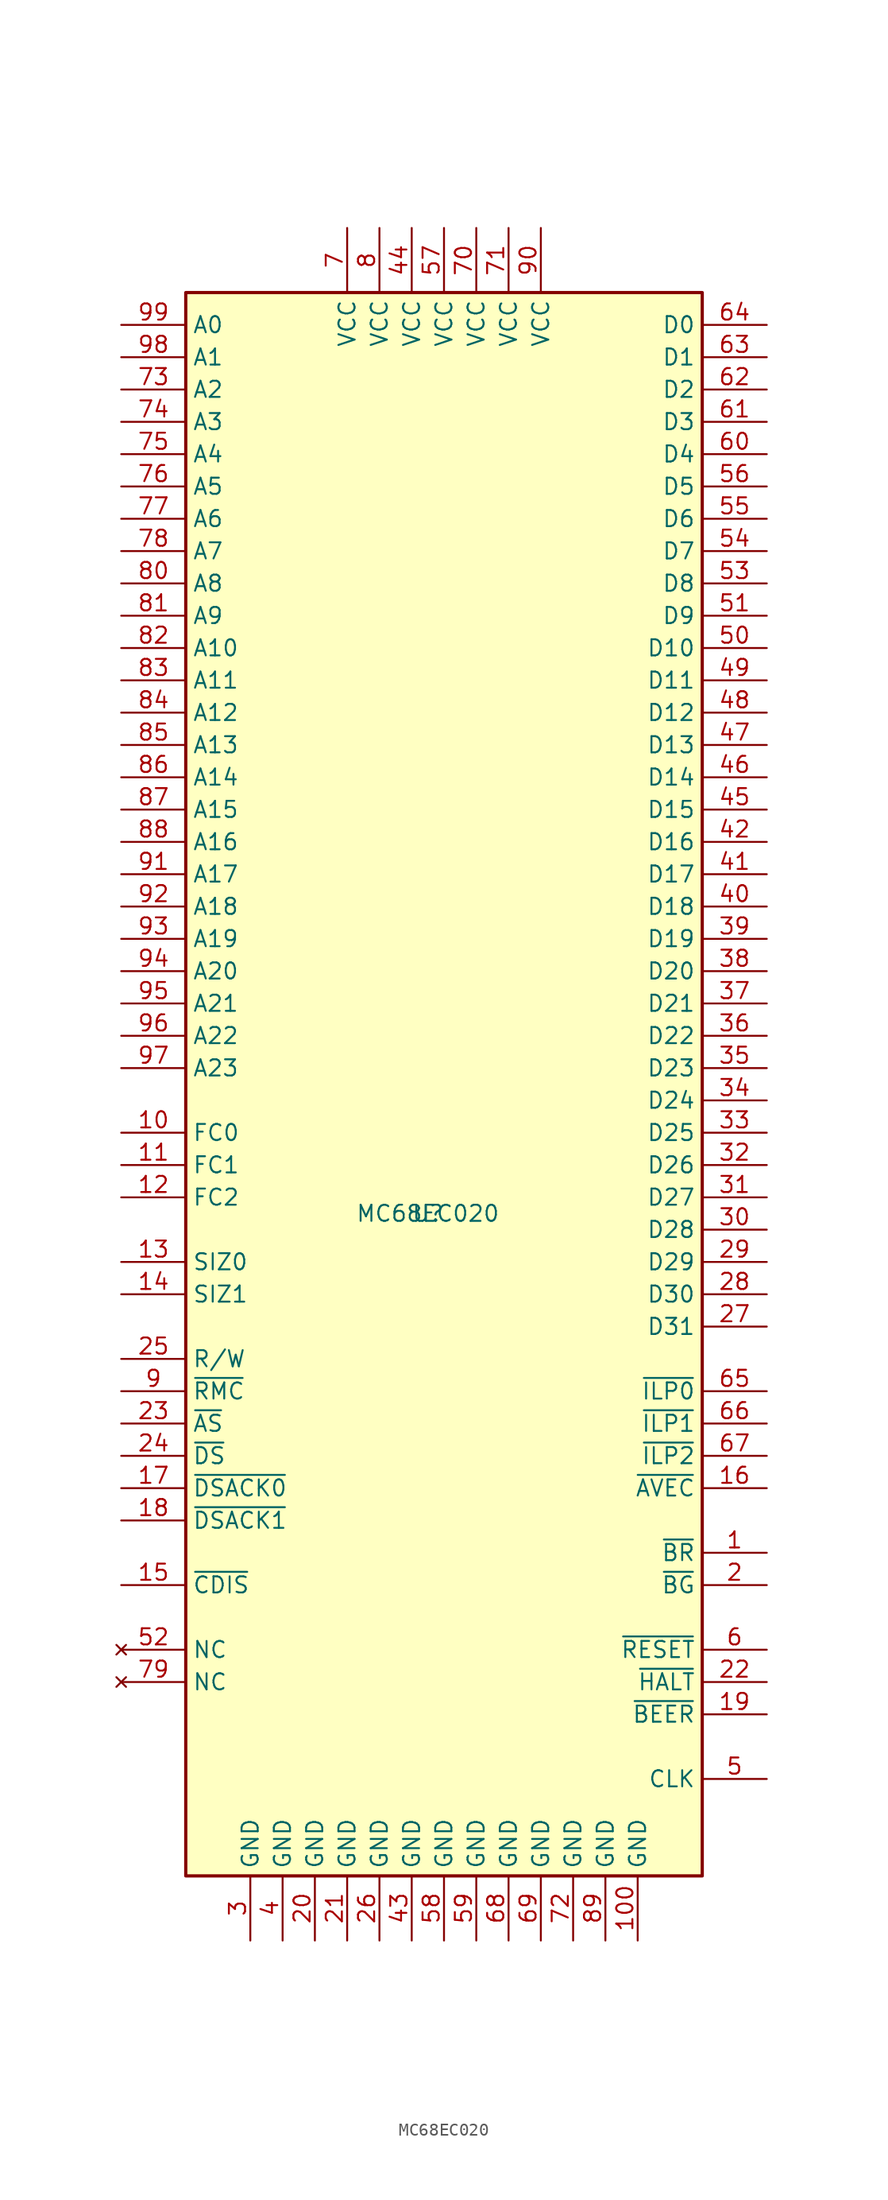
<source format=kicad_sym>
(kicad_symbol_lib
  (version 20231120)
  (generator "kicad_symbol_editor")
  (generator_version "8.0")
  (symbol "MC68EC020"
    (property "Reference" "U"
      (at 0 0 0)
      (effects (font (size 1.27 1.27))))
    (property "Value" "MC68EC020"
      (at 0 0 0)
      (effects (font (size 1.27 1.27))))
    (symbol "MC68EC020_0_1"
      (rectangle (start -19.05 72.39) (end 21.59 -52.07) (stroke (width 0.254) (type default)) (fill (type background))))
    (symbol "MC68EC020_1_1"
      (pin input line (at 26.67 -26.67 180) (length 5.08) (name "~{BR}" (effects (font (size 1.27 1.27)))) (number "1" (effects (font (size 1.27 1.27)))) (alternate "DEBUG_TRACECLK" bidirectional line) (alternate "FMC_A23" bidirectional line) (alternate "SAI1_CK1" bidirectional line) (alternate "SAI1_MCLK_A" bidirectional line) (alternate "TIM3_ETR" bidirectional line) (alternate "TSC_G7_IO1" bidirectional line))
      (pin output line (at -24.13 6.35 0) (length 5.08) (name "FC0" (effects (font (size 1.27 1.27)))) (number "10" (effects (font (size 1.27 1.27)))))
      (pin power_in line (at 16.51 -57.15 90) (length 5.08) (name "GND" (effects (font (size 1.27 1.27)))) (number "100" (effects (font (size 1.27 1.27)))))
      (pin output line (at -24.13 3.81 0) (length 5.08) (name "FC1" (effects (font (size 1.27 1.27)))) (number "11" (effects (font (size 1.27 1.27)))))
      (pin output line (at -24.13 1.27 0) (length 5.08) (name "FC2" (effects (font (size 1.27 1.27)))) (number "12" (effects (font (size 1.27 1.27)))) (alternate "RCC_OSC_IN" bidirectional line))
      (pin output line (at -24.13 -3.81 0) (length 5.08) (name "SIZ0" (effects (font (size 1.27 1.27)))) (number "13" (effects (font (size 1.27 1.27)))) (alternate "RCC_OSC_OUT" bidirectional line))
      (pin output line (at -24.13 -6.35 0) (length 5.08) (name "SIZ1" (effects (font (size 1.27 1.27)))) (number "14" (effects (font (size 1.27 1.27)))))
      (pin input line (at -24.13 -29.21 0) (length 5.08) (name "~{CDIS}" (effects (font (size 1.27 1.27)))) (number "15" (effects (font (size 1.27 1.27)))) (alternate "ADC1_IN1" bidirectional line) (alternate "ADC2_IN1" bidirectional line) (alternate "I2C3_SCL" bidirectional line) (alternate "LPTIM1_IN1" bidirectional line) (alternate "LPTIM2_IN1" bidirectional line) (alternate "LPUART1_RX" bidirectional line) (alternate "OCTOSPI1_IO7" bidirectional line) (alternate "SAI2_FS_A" bidirectional line) (alternate "SDMMC1_D5" bidirectional line))
      (pin input line (at 26.67 -21.59 180) (length 5.08) (name "~{AVEC}" (effects (font (size 1.27 1.27)))) (number "16" (effects (font (size 1.27 1.27)))) (alternate "ADC1_IN2" bidirectional line) (alternate "ADC2_IN2" bidirectional line) (alternate "DEBUG_TRACED0" bidirectional line) (alternate "I2C3_SDA" bidirectional line) (alternate "LPTIM1_OUT" bidirectional line) (alternate "LPUART1_TX" bidirectional line) (alternate "OCTOSPI1_IO4" bidirectional line) (alternate "SAI1_SD_A" bidirectional line) (alternate "SPI2_MOSI" bidirectional line))
      (pin input line (at -24.13 -21.59 0) (length 5.08) (name "~{DSACK0}" (effects (font (size 1.27 1.27)))) (number "17" (effects (font (size 1.27 1.27)))) (alternate "ADC1_IN3" bidirectional line) (alternate "ADC2_IN3" bidirectional line) (alternate "DFSDM1_CKOUT" bidirectional line) (alternate "LPTIM1_IN2" bidirectional line) (alternate "OCTOSPI1_IO5" bidirectional line) (alternate "SPI2_MISO" bidirectional line))
      (pin input line (at -24.13 -24.13 0) (length 5.08) (name "~{DSACK1}" (effects (font (size 1.27 1.27)))) (number "18" (effects (font (size 1.27 1.27)))) (alternate "ADC1_IN4" bidirectional line) (alternate "ADC2_IN4" bidirectional line) (alternate "LPTIM1_ETR" bidirectional line) (alternate "LPTIM2_ETR" bidirectional line) (alternate "LPTIM3_OUT" bidirectional line) (alternate "OCTOSPI1_IO6" bidirectional line) (alternate "SAI1_D1" bidirectional line) (alternate "SAI1_SD_A" bidirectional line) (alternate "SPI2_MOSI" bidirectional line))
      (pin input line (at 26.67 -39.37 180) (length 5.08) (name "~{BEER}" (effects (font (size 1.27 1.27)))) (number "19" (effects (font (size 1.27 1.27)))))
      (pin output line (at 26.67 -29.21 180) (length 5.08) (name "~{BG}" (effects (font (size 1.27 1.27)))) (number "2" (effects (font (size 1.27 1.27)))) (alternate "DEBUG_TRACED0" bidirectional line) (alternate "FMC_A19" bidirectional line) (alternate "OCTOSPI1_DQS" bidirectional line) (alternate "SAI1_SD_B" bidirectional line) (alternate "TIM3_CH1" bidirectional line) (alternate "TSC_G7_IO2" bidirectional line))
      (pin power_in line (at -8.89 -57.15 90) (length 5.08) (name "GND" (effects (font (size 1.27 1.27)))) (number "20" (effects (font (size 1.27 1.27)))) (alternate "VREFBUF_OUT" bidirectional line))
      (pin power_in line (at -6.35 -57.15 90) (length 5.08) (name "GND" (effects (font (size 1.27 1.27)))) (number "21" (effects (font (size 1.27 1.27)))))
      (pin bidirectional line (at 26.67 -36.83 180) (length 5.08) (name "~{HALT}" (effects (font (size 1.27 1.27)))) (number "22" (effects (font (size 1.27 1.27)))) (alternate "ADC1_IN5" bidirectional line) (alternate "ADC2_IN5" bidirectional line) (alternate "OPAMP1_VINP" bidirectional line) (alternate "PWR_WKUP1" bidirectional line) (alternate "SAI1_EXTCLK" bidirectional line) (alternate "TAMP_IN2" bidirectional line) (alternate "TAMP_OUT1" bidirectional line) (alternate "TIM2_CH1" bidirectional line) (alternate "TIM2_ETR" bidirectional line) (alternate "TIM5_CH1" bidirectional line) (alternate "TIM8_ETR" bidirectional line) (alternate "UART4_TX" bidirectional line) (alternate "USART2_CTS" bidirectional line) (alternate "USART2_NSS" bidirectional line))
      (pin output line (at -24.13 -16.51 0) (length 5.08) (name "~{AS}" (effects (font (size 1.27 1.27)))) (number "23" (effects (font (size 1.27 1.27)))) (alternate "ADC1_IN6" bidirectional line) (alternate "ADC2_IN6" bidirectional line) (alternate "I2C1_SMBA" bidirectional line) (alternate "OCTOSPI1_DQS" bidirectional line) (alternate "OPAMP1_VINM" bidirectional line) (alternate "SPI1_SCK" bidirectional line) (alternate "TAMP_IN5" bidirectional line) (alternate "TAMP_OUT4" bidirectional line) (alternate "TIM15_CH1N" bidirectional line) (alternate "TIM2_CH2" bidirectional line) (alternate "TIM5_CH2" bidirectional line) (alternate "UART4_RX" bidirectional line) (alternate "USART2_DE" bidirectional line) (alternate "USART2_RTS" bidirectional line))
      (pin output line (at -24.13 -19.05 0) (length 5.08) (name "~{DS}" (effects (font (size 1.27 1.27)))) (number "24" (effects (font (size 1.27 1.27)))) (alternate "ADC1_IN7" bidirectional line) (alternate "ADC2_IN7" bidirectional line) (alternate "COMP1_INP" bidirectional line) (alternate "LPUART1_TX" bidirectional line) (alternate "OCTOSPI1_NCS" bidirectional line) (alternate "PWR_WKUP4" bidirectional line) (alternate "RCC_LSCO" bidirectional line) (alternate "SAI2_EXTCLK" bidirectional line) (alternate "TIM15_CH1" bidirectional line) (alternate "TIM2_CH3" bidirectional line) (alternate "TIM5_CH3" bidirectional line) (alternate "UCPD1_FRSTX1" bidirectional line) (alternate "USART2_TX" bidirectional line))
      (pin output line (at -24.13 -11.43 0) (length 5.08) (name "R/W" (effects (font (size 1.27 1.27)))) (number "25" (effects (font (size 1.27 1.27)))) (alternate "ADC1_IN8" bidirectional line) (alternate "ADC2_IN8" bidirectional line) (alternate "LPUART1_RX" bidirectional line) (alternate "OCTOSPI1_CLK" bidirectional line) (alternate "OPAMP1_VOUT" bidirectional line) (alternate "SAI1_CK1" bidirectional line) (alternate "SAI1_MCLK_A" bidirectional line) (alternate "TIM15_CH2" bidirectional line) (alternate "TIM2_CH4" bidirectional line) (alternate "TIM5_CH4" bidirectional line) (alternate "USART2_RX" bidirectional line))
      (pin power_in line (at -3.81 -57.15 90) (length 5.08) (name "GND" (effects (font (size 1.27 1.27)))) (number "26" (effects (font (size 1.27 1.27)))))
      (pin bidirectional line (at 26.67 -8.89 180) (length 5.08) (name "D31" (effects (font (size 1.27 1.27)))) (number "27" (effects (font (size 1.27 1.27)))))
      (pin bidirectional line (at 26.67 -6.35 180) (length 5.08) (name "D30" (effects (font (size 1.27 1.27)))) (number "28" (effects (font (size 1.27 1.27)))) (alternate "ADC1_IN9" bidirectional line) (alternate "ADC2_IN9" bidirectional line) (alternate "DAC1_OUT1" bidirectional line) (alternate "LPTIM2_OUT" bidirectional line) (alternate "OCTOSPI1_NCS" bidirectional line) (alternate "SAI1_FS_B" bidirectional line) (alternate "SPI1_NSS" bidirectional line) (alternate "SPI3_NSS" bidirectional line) (alternate "USART2_CK" bidirectional line))
      (pin bidirectional line (at 26.67 -3.81 180) (length 5.08) (name "D29" (effects (font (size 1.27 1.27)))) (number "29" (effects (font (size 1.27 1.27)))) (alternate "ADC1_IN10" bidirectional line) (alternate "ADC2_IN10" bidirectional line) (alternate "DAC1_OUT2" bidirectional line) (alternate "LPTIM2_ETR" bidirectional line) (alternate "SPI1_SCK" bidirectional line) (alternate "TIM2_CH1" bidirectional line) (alternate "TIM2_ETR" bidirectional line) (alternate "TIM8_CH1N" bidirectional line))
      (pin power_in line (at -13.97 -57.15 90) (length 5.08) (name "GND" (effects (font (size 1.27 1.27)))) (number "3" (effects (font (size 1.27 1.27)))) (alternate "DEBUG_TRACED1" bidirectional line) (alternate "DFSDM1_DATIN3" bidirectional line) (alternate "FMC_A20" bidirectional line) (alternate "SAI1_D2" bidirectional line) (alternate "SAI1_FS_A" bidirectional line) (alternate "TIM3_CH2" bidirectional line) (alternate "TSC_G7_IO3" bidirectional line))
      (pin bidirectional line (at 26.67 -1.27 180) (length 5.08) (name "D28" (effects (font (size 1.27 1.27)))) (number "30" (effects (font (size 1.27 1.27)))) (alternate "ADC1_IN11" bidirectional line) (alternate "ADC2_IN11" bidirectional line) (alternate "LPUART1_CTS" bidirectional line) (alternate "OCTOSPI1_IO3" bidirectional line) (alternate "OPAMP2_VINP" bidirectional line) (alternate "SPI1_MISO" bidirectional line) (alternate "TIM16_CH1" bidirectional line) (alternate "TIM1_BKIN" bidirectional line) (alternate "TIM3_CH1" bidirectional line) (alternate "TIM8_BKIN" bidirectional line) (alternate "USART3_CTS" bidirectional line) (alternate "USART3_NSS" bidirectional line))
      (pin bidirectional line (at 26.67 1.27 180) (length 5.08) (name "D27" (effects (font (size 1.27 1.27)))) (number "31" (effects (font (size 1.27 1.27)))) (alternate "ADC1_IN12" bidirectional line) (alternate "ADC2_IN12" bidirectional line) (alternate "I2C3_SCL" bidirectional line) (alternate "OCTOSPI1_IO2" bidirectional line) (alternate "OPAMP2_VINM" bidirectional line) (alternate "SPI1_MOSI" bidirectional line) (alternate "TIM17_CH1" bidirectional line) (alternate "TIM1_CH1N" bidirectional line) (alternate "TIM3_CH2" bidirectional line) (alternate "TIM8_CH1N" bidirectional line))
      (pin bidirectional line (at 26.67 3.81 180) (length 5.08) (name "D26" (effects (font (size 1.27 1.27)))) (number "32" (effects (font (size 1.27 1.27)))) (alternate "ADC1_IN15" bidirectional line) (alternate "ADC2_IN15" bidirectional line) (alternate "COMP1_OUT" bidirectional line) (alternate "OCTOSPI1_IO1" bidirectional line) (alternate "OPAMP2_VOUT" bidirectional line) (alternate "SAI1_EXTCLK" bidirectional line) (alternate "SPI1_NSS" bidirectional line) (alternate "TIM1_CH2N" bidirectional line) (alternate "TIM3_CH3" bidirectional line) (alternate "TIM8_CH2N" bidirectional line) (alternate "USART3_CK" bidirectional line))
      (pin bidirectional line (at 26.67 6.35 180) (length 5.08) (name "D25" (effects (font (size 1.27 1.27)))) (number "33" (effects (font (size 1.27 1.27)))) (alternate "ADC1_IN16" bidirectional line) (alternate "ADC2_IN16" bidirectional line) (alternate "COMP1_INM" bidirectional line) (alternate "DFSDM1_DATIN0" bidirectional line) (alternate "LPTIM2_IN1" bidirectional line) (alternate "LPUART1_DE" bidirectional line) (alternate "LPUART1_RTS" bidirectional line) (alternate "OCTOSPI1_IO0" bidirectional line) (alternate "TIM1_CH3N" bidirectional line) (alternate "TIM3_CH4" bidirectional line) (alternate "TIM8_CH3N" bidirectional line) (alternate "USART3_DE" bidirectional line) (alternate "USART3_RTS" bidirectional line))
      (pin bidirectional line (at 26.67 8.89 180) (length 5.08) (name "D24" (effects (font (size 1.27 1.27)))) (number "34" (effects (font (size 1.27 1.27)))) (alternate "COMP1_INP" bidirectional line) (alternate "DFSDM1_CKIN0" bidirectional line) (alternate "I2C3_SMBA" bidirectional line) (alternate "LPTIM1_OUT" bidirectional line) (alternate "OCTOSPI1_DQS" bidirectional line) (alternate "RTC_OUT2" bidirectional line) (alternate "UCPD1_FRSTX1" bidirectional line))
      (pin bidirectional line (at 26.67 11.43 180) (length 5.08) (name "D23" (effects (font (size 1.27 1.27)))) (number "35" (effects (font (size 1.27 1.27)))) (alternate "DFSDM1_DATIN2" bidirectional line) (alternate "FMC_D4" bidirectional line) (alternate "FMC_DA4" bidirectional line) (alternate "SAI1_SD_B" bidirectional line) (alternate "TIM1_ETR" bidirectional line))
      (pin bidirectional line (at 26.67 13.97 180) (length 5.08) (name "D22" (effects (font (size 1.27 1.27)))) (number "36" (effects (font (size 1.27 1.27)))) (alternate "DFSDM1_CKIN2" bidirectional line) (alternate "FMC_D5" bidirectional line) (alternate "FMC_DA5" bidirectional line) (alternate "SAI1_SCK_B" bidirectional line) (alternate "TIM1_CH1N" bidirectional line))
      (pin bidirectional line (at 26.67 16.51 180) (length 5.08) (name "D21" (effects (font (size 1.27 1.27)))) (number "37" (effects (font (size 1.27 1.27)))) (alternate "DAC1_EXTI9" bidirectional line) (alternate "DFSDM1_CKOUT" bidirectional line) (alternate "FMC_D6" bidirectional line) (alternate "FMC_DA6" bidirectional line) (alternate "OCTOSPI1_NCLK" bidirectional line) (alternate "SAI1_FS_B" bidirectional line) (alternate "TIM1_CH1" bidirectional line))
      (pin bidirectional line (at 26.67 19.05 180) (length 5.08) (name "D20" (effects (font (size 1.27 1.27)))) (number "38" (effects (font (size 1.27 1.27)))) (alternate "FMC_D7" bidirectional line) (alternate "FMC_DA7" bidirectional line) (alternate "OCTOSPI1_CLK" bidirectional line) (alternate "SAI1_MCLK_B" bidirectional line) (alternate "TIM1_CH2N" bidirectional line) (alternate "TSC_G5_IO1" bidirectional line))
      (pin bidirectional line (at 26.67 21.59 180) (length 5.08) (name "D19" (effects (font (size 1.27 1.27)))) (number "39" (effects (font (size 1.27 1.27)))) (alternate "ADC1_EXTI11" bidirectional line) (alternate "ADC2_EXTI11" bidirectional line) (alternate "FMC_D8" bidirectional line) (alternate "FMC_DA8" bidirectional line) (alternate "OCTOSPI1_NCS" bidirectional line) (alternate "TIM1_CH2" bidirectional line) (alternate "TSC_G5_IO2" bidirectional line))
      (pin power_in line (at -11.43 -57.15 90) (length 5.08) (name "GND" (effects (font (size 1.27 1.27)))) (number "4" (effects (font (size 1.27 1.27)))) (alternate "DEBUG_TRACED2" bidirectional line) (alternate "DFSDM1_CKIN3" bidirectional line) (alternate "FMC_A21" bidirectional line) (alternate "SAI1_CK2" bidirectional line) (alternate "SAI1_SCK_A" bidirectional line) (alternate "TIM3_CH3" bidirectional line) (alternate "TSC_G7_IO4" bidirectional line))
      (pin bidirectional line (at 26.67 24.13 180) (length 5.08) (name "D18" (effects (font (size 1.27 1.27)))) (number "40" (effects (font (size 1.27 1.27)))) (alternate "FMC_D9" bidirectional line) (alternate "FMC_DA9" bidirectional line) (alternate "OCTOSPI1_IO0" bidirectional line) (alternate "SPI1_NSS" bidirectional line) (alternate "TIM1_CH3N" bidirectional line) (alternate "TSC_G5_IO3" bidirectional line))
      (pin bidirectional line (at 26.67 26.67 180) (length 5.08) (name "D17" (effects (font (size 1.27 1.27)))) (number "41" (effects (font (size 1.27 1.27)))) (alternate "FMC_D10" bidirectional line) (alternate "FMC_DA10" bidirectional line) (alternate "OCTOSPI1_IO1" bidirectional line) (alternate "SPI1_SCK" bidirectional line) (alternate "TIM1_CH3" bidirectional line) (alternate "TSC_G5_IO4" bidirectional line))
      (pin bidirectional line (at 26.67 29.21 180) (length 5.08) (name "D16" (effects (font (size 1.27 1.27)))) (number "42" (effects (font (size 1.27 1.27)))) (alternate "FMC_D11" bidirectional line) (alternate "FMC_DA11" bidirectional line) (alternate "OCTOSPI1_IO2" bidirectional line) (alternate "SPI1_MISO" bidirectional line) (alternate "TIM1_BKIN2" bidirectional line) (alternate "TIM1_CH4" bidirectional line))
      (pin power_in line (at -1.27 -57.15 90) (length 5.08) (name "GND" (effects (font (size 1.27 1.27)))) (number "43" (effects (font (size 1.27 1.27)))) (alternate "ADC1_EXTI15" bidirectional line) (alternate "ADC2_EXTI15" bidirectional line) (alternate "FMC_D12" bidirectional line) (alternate "FMC_DA12" bidirectional line) (alternate "OCTOSPI1_IO3" bidirectional line) (alternate "SPI1_MOSI" bidirectional line) (alternate "TIM1_BKIN" bidirectional line))
      (pin power_in line (at -1.27 77.47 270) (length 5.08) (name "VCC" (effects (font (size 1.27 1.27)))) (number "44" (effects (font (size 1.27 1.27)))) (alternate "COMP1_OUT" bidirectional line) (alternate "I2C2_SCL" bidirectional line) (alternate "I2C4_SCL" bidirectional line) (alternate "LPTIM3_OUT" bidirectional line) (alternate "LPUART1_RX" bidirectional line) (alternate "OCTOSPI1_CLK" bidirectional line) (alternate "SAI1_SCK_A" bidirectional line) (alternate "SPI2_SCK" bidirectional line) (alternate "TIM2_CH3" bidirectional line) (alternate "TSC_SYNC" bidirectional line) (alternate "USART3_TX" bidirectional line))
      (pin bidirectional line (at 26.67 31.75 180) (length 5.08) (name "D15" (effects (font (size 1.27 1.27)))) (number "45" (effects (font (size 1.27 1.27)))) (alternate "ADC1_EXTI11" bidirectional line) (alternate "ADC2_EXTI11" bidirectional line) (alternate "COMP2_OUT" bidirectional line) (alternate "I2C2_SDA" bidirectional line) (alternate "I2C4_SDA" bidirectional line) (alternate "LPUART1_TX" bidirectional line) (alternate "OCTOSPI1_NCS" bidirectional line) (alternate "TIM2_CH4" bidirectional line) (alternate "USART3_RX" bidirectional line))
      (pin bidirectional line (at 26.67 34.29 180) (length 5.08) (name "D14" (effects (font (size 1.27 1.27)))) (number "46" (effects (font (size 1.27 1.27)))))
      (pin bidirectional line (at 26.67 36.83 180) (length 5.08) (name "D13" (effects (font (size 1.27 1.27)))) (number "47" (effects (font (size 1.27 1.27)))))
      (pin bidirectional line (at 26.67 39.37 180) (length 5.08) (name "D12" (effects (font (size 1.27 1.27)))) (number "48" (effects (font (size 1.27 1.27)))))
      (pin bidirectional line (at 26.67 41.91 180) (length 5.08) (name "D11" (effects (font (size 1.27 1.27)))) (number "49" (effects (font (size 1.27 1.27)))))
      (pin input line (at 26.67 -44.45 180) (length 5.08) (name "CLK" (effects (font (size 1.27 1.27)))) (number "5" (effects (font (size 1.27 1.27)))) (alternate "DEBUG_TRACED3" bidirectional line) (alternate "FMC_A22" bidirectional line) (alternate "PWR_WKUP3" bidirectional line) (alternate "SAI1_D1" bidirectional line) (alternate "SAI1_SD_A" bidirectional line) (alternate "TAMP_IN3" bidirectional line) (alternate "TAMP_OUT6" bidirectional line) (alternate "TIM3_CH4" bidirectional line))
      (pin bidirectional line (at 26.67 44.45 180) (length 5.08) (name "D10" (effects (font (size 1.27 1.27)))) (number "50" (effects (font (size 1.27 1.27)))))
      (pin bidirectional line (at 26.67 46.99 180) (length 5.08) (name "D9" (effects (font (size 1.27 1.27)))) (number "51" (effects (font (size 1.27 1.27)))))
      (pin no_connect line (at -24.13 -34.29 0) (length 5.08) (name "NC" (effects (font (size 1.27 1.27)))) (number "52" (effects (font (size 1.27 1.27)))) (alternate "DFSDM1_CKIN1" bidirectional line) (alternate "I2C2_SCL" bidirectional line) (alternate "LPTIM3_IN1" bidirectional line) (alternate "LPUART1_CTS" bidirectional line) (alternate "SAI2_SCK_A" bidirectional line) (alternate "SPI2_SCK" bidirectional line) (alternate "TIM15_CH1N" bidirectional line) (alternate "TIM1_CH1N" bidirectional line) (alternate "TSC_G1_IO2" bidirectional line) (alternate "UCPD1_FRSTX2" bidirectional line) (alternate "USART3_CTS" bidirectional line) (alternate "USART3_NSS" bidirectional line))
      (pin bidirectional line (at 26.67 49.53 180) (length 5.08) (name "D8" (effects (font (size 1.27 1.27)))) (number "53" (effects (font (size 1.27 1.27)))) (alternate "DFSDM1_DATIN2" bidirectional line) (alternate "I2C2_SDA" bidirectional line) (alternate "LPTIM3_ETR" bidirectional line) (alternate "SAI2_MCLK_A" bidirectional line) (alternate "SPI2_MISO" bidirectional line) (alternate "TIM15_CH1" bidirectional line) (alternate "TIM1_CH2N" bidirectional line) (alternate "TIM8_CH2N" bidirectional line) (alternate "TSC_G1_IO3" bidirectional line) (alternate "UCPD1_DBCC2" bidirectional line) (alternate "USART3_DE" bidirectional line) (alternate "USART3_RTS" bidirectional line))
      (pin bidirectional line (at 26.67 52.07 180) (length 5.08) (name "D7" (effects (font (size 1.27 1.27)))) (number "54" (effects (font (size 1.27 1.27)))) (alternate "ADC1_EXTI15" bidirectional line) (alternate "ADC2_EXTI15" bidirectional line) (alternate "DFSDM1_CKIN2" bidirectional line) (alternate "RTC_REFIN" bidirectional line) (alternate "SAI2_SD_A" bidirectional line) (alternate "SPI2_MOSI" bidirectional line) (alternate "TIM15_CH2" bidirectional line) (alternate "TIM1_CH3N" bidirectional line) (alternate "TIM8_CH3N" bidirectional line) (alternate "UCPD1_CC2" bidirectional line))
      (pin bidirectional line (at 26.67 54.61 180) (length 5.08) (name "D6" (effects (font (size 1.27 1.27)))) (number "55" (effects (font (size 1.27 1.27)))) (alternate "FMC_D13" bidirectional line) (alternate "FMC_DA13" bidirectional line) (alternate "USART3_TX" bidirectional line))
      (pin bidirectional line (at 26.67 57.15 180) (length 5.08) (name "D5" (effects (font (size 1.27 1.27)))) (number "56" (effects (font (size 1.27 1.27)))) (alternate "DAC1_EXTI9" bidirectional line) (alternate "FMC_D14" bidirectional line) (alternate "FMC_DA14" bidirectional line) (alternate "SAI2_MCLK_A" bidirectional line) (alternate "USART3_RX" bidirectional line))
      (pin power_in line (at 1.27 77.47 270) (length 5.08) (name "VCC" (effects (font (size 1.27 1.27)))) (number "57" (effects (font (size 1.27 1.27)))) (alternate "FMC_D15" bidirectional line) (alternate "FMC_DA15" bidirectional line) (alternate "SAI2_SCK_A" bidirectional line) (alternate "TSC_G6_IO1" bidirectional line) (alternate "USART3_CK" bidirectional line))
      (pin power_in line (at 1.27 -57.15 90) (length 5.08) (name "GND" (effects (font (size 1.27 1.27)))) (number "58" (effects (font (size 1.27 1.27)))) (alternate "ADC1_EXTI11" bidirectional line) (alternate "ADC2_EXTI11" bidirectional line) (alternate "FMC_A16" bidirectional line) (alternate "FMC_CLE" bidirectional line) (alternate "I2C4_SMBA" bidirectional line) (alternate "LPTIM2_ETR" bidirectional line) (alternate "SAI2_SD_A" bidirectional line) (alternate "TSC_G6_IO2" bidirectional line) (alternate "USART3_CTS" bidirectional line) (alternate "USART3_NSS" bidirectional line))
      (pin power_in line (at 3.81 -57.15 90) (length 5.08) (name "GND" (effects (font (size 1.27 1.27)))) (number "59" (effects (font (size 1.27 1.27)))) (alternate "FMC_A17" bidirectional line) (alternate "FMC_ALE" bidirectional line) (alternate "I2C4_SCL" bidirectional line) (alternate "LPTIM2_IN1" bidirectional line) (alternate "SAI2_FS_A" bidirectional line) (alternate "TIM4_CH1" bidirectional line) (alternate "TSC_G6_IO3" bidirectional line) (alternate "USART3_DE" bidirectional line) (alternate "USART3_RTS" bidirectional line))
      (pin input line (at 26.67 -34.29 180) (length 5.08) (name "~{RESET}" (effects (font (size 1.27 1.27)))) (number "6" (effects (font (size 1.27 1.27)))))
      (pin bidirectional line (at 26.67 59.69 180) (length 5.08) (name "D4" (effects (font (size 1.27 1.27)))) (number "60" (effects (font (size 1.27 1.27)))) (alternate "FMC_A18" bidirectional line) (alternate "I2C4_SDA" bidirectional line) (alternate "LPTIM2_OUT" bidirectional line) (alternate "TIM4_CH2" bidirectional line) (alternate "TSC_G6_IO4" bidirectional line))
      (pin bidirectional line (at 26.67 62.23 180) (length 5.08) (name "D3" (effects (font (size 1.27 1.27)))) (number "61" (effects (font (size 1.27 1.27)))) (alternate "FMC_D0" bidirectional line) (alternate "FMC_DA0" bidirectional line) (alternate "TIM4_CH3" bidirectional line))
      (pin bidirectional line (at 26.67 64.77 180) (length 5.08) (name "D2" (effects (font (size 1.27 1.27)))) (number "62" (effects (font (size 1.27 1.27)))) (alternate "ADC1_EXTI15" bidirectional line) (alternate "ADC2_EXTI15" bidirectional line) (alternate "FMC_D1" bidirectional line) (alternate "FMC_DA1" bidirectional line) (alternate "TIM4_CH4" bidirectional line))
      (pin bidirectional line (at 26.67 67.31 180) (length 5.08) (name "D1" (effects (font (size 1.27 1.27)))) (number "63" (effects (font (size 1.27 1.27)))) (alternate "DFSDM1_CKIN3" bidirectional line) (alternate "SAI2_MCLK_A" bidirectional line) (alternate "SDMMC1_D0DIR" bidirectional line) (alternate "SDMMC1_D6" bidirectional line) (alternate "TIM3_CH1" bidirectional line) (alternate "TIM8_CH1" bidirectional line) (alternate "TSC_G4_IO1" bidirectional line))
      (pin bidirectional line (at 26.67 69.85 180) (length 5.08) (name "D0" (effects (font (size 1.27 1.27)))) (number "64" (effects (font (size 1.27 1.27)))) (alternate "DFSDM1_DATIN3" bidirectional line) (alternate "SAI2_MCLK_B" bidirectional line) (alternate "SDMMC1_D123DIR" bidirectional line) (alternate "SDMMC1_D7" bidirectional line) (alternate "TIM3_CH2" bidirectional line) (alternate "TIM8_CH2" bidirectional line) (alternate "TSC_G4_IO2" bidirectional line))
      (pin input line (at 26.67 -13.97 180) (length 5.08) (name "~{ILP0}" (effects (font (size 1.27 1.27)))) (number "65" (effects (font (size 1.27 1.27)))) (alternate "SDMMC1_D0" bidirectional line) (alternate "TIM3_CH3" bidirectional line) (alternate "TIM8_CH3" bidirectional line) (alternate "TSC_G4_IO3" bidirectional line))
      (pin input line (at 26.67 -16.51 180) (length 5.08) (name "~{ILP1}" (effects (font (size 1.27 1.27)))) (number "66" (effects (font (size 1.27 1.27)))) (alternate "DAC1_EXTI9" bidirectional line) (alternate "DEBUG_TRACED0" bidirectional line) (alternate "SAI2_EXTCLK" bidirectional line) (alternate "SDMMC1_D1" bidirectional line) (alternate "TIM3_CH4" bidirectional line) (alternate "TIM8_BKIN2" bidirectional line) (alternate "TIM8_CH4" bidirectional line) (alternate "TSC_G4_IO4" bidirectional line) (alternate "USB_NOE" bidirectional line))
      (pin input line (at 26.67 -19.05 180) (length 5.08) (name "~{ILP2}" (effects (font (size 1.27 1.27)))) (number "67" (effects (font (size 1.27 1.27)))) (alternate "LPTIM2_OUT" bidirectional line) (alternate "RCC_MCO" bidirectional line) (alternate "SAI1_CK2" bidirectional line) (alternate "SAI1_SCK_A" bidirectional line) (alternate "TIM1_CH1" bidirectional line) (alternate "USART1_CK" bidirectional line))
      (pin power_in line (at 6.35 -57.15 90) (length 5.08) (name "GND" (effects (font (size 1.27 1.27)))) (number "68" (effects (font (size 1.27 1.27)))) (alternate "DAC1_EXTI9" bidirectional line) (alternate "SAI1_FS_A" bidirectional line) (alternate "SPI2_SCK" bidirectional line) (alternate "TIM15_BKIN" bidirectional line) (alternate "TIM1_CH2" bidirectional line) (alternate "USART1_TX" bidirectional line))
      (pin power_in line (at 8.89 -57.15 90) (length 5.08) (name "GND" (effects (font (size 1.27 1.27)))) (number "69" (effects (font (size 1.27 1.27)))) (alternate "CRS_SYNC" bidirectional line) (alternate "SAI1_D1" bidirectional line) (alternate "SAI1_SD_A" bidirectional line) (alternate "TIM17_BKIN" bidirectional line) (alternate "TIM1_CH3" bidirectional line) (alternate "USART1_RX" bidirectional line))
      (pin power_in line (at -6.35 77.47 270) (length 5.08) (name "VCC" (effects (font (size 1.27 1.27)))) (number "7" (effects (font (size 1.27 1.27)))) (alternate "PWR_WKUP2" bidirectional line) (alternate "RTC_OUT1" bidirectional line) (alternate "RTC_TS" bidirectional line) (alternate "TAMP_IN1" bidirectional line) (alternate "TAMP_OUT2" bidirectional line))
      (pin power_in line (at 3.81 77.47 270) (length 5.08) (name "VCC" (effects (font (size 1.27 1.27)))) (number "70" (effects (font (size 1.27 1.27)))) (alternate "ADC1_EXTI11" bidirectional line) (alternate "ADC2_EXTI11" bidirectional line) (alternate "FDCAN1_RX" bidirectional line) (alternate "SPI1_MISO" bidirectional line) (alternate "TIM1_BKIN2" bidirectional line) (alternate "TIM1_CH4" bidirectional line) (alternate "USART1_CTS" bidirectional line) (alternate "USART1_NSS" bidirectional line) (alternate "USB_DM" bidirectional line))
      (pin power_in line (at 6.35 77.47 270) (length 5.08) (name "VCC" (effects (font (size 1.27 1.27)))) (number "71" (effects (font (size 1.27 1.27)))) (alternate "FDCAN1_TX" bidirectional line) (alternate "SPI1_MOSI" bidirectional line) (alternate "TIM1_ETR" bidirectional line) (alternate "USART1_DE" bidirectional line) (alternate "USART1_RTS" bidirectional line) (alternate "USB_DP" bidirectional line))
      (pin power_in line (at 11.43 -57.15 90) (length 5.08) (name "GND" (effects (font (size 1.27 1.27)))) (number "72" (effects (font (size 1.27 1.27)))) (alternate "DEBUG_JTMS-SWDIO" bidirectional line) (alternate "IR_OUT" bidirectional line) (alternate "SAI1_SD_B" bidirectional line) (alternate "USB_NOE" bidirectional line))
      (pin output line (at -24.13 64.77 0) (length 5.08) (name "A2" (effects (font (size 1.27 1.27)))) (number "73" (effects (font (size 1.27 1.27)))))
      (pin output line (at -24.13 62.23 0) (length 5.08) (name "A3" (effects (font (size 1.27 1.27)))) (number "74" (effects (font (size 1.27 1.27)))))
      (pin output line (at -24.13 59.69 0) (length 5.08) (name "A4" (effects (font (size 1.27 1.27)))) (number "75" (effects (font (size 1.27 1.27)))))
      (pin output line (at -24.13 57.15 0) (length 5.08) (name "A5" (effects (font (size 1.27 1.27)))) (number "76" (effects (font (size 1.27 1.27)))) (alternate "DEBUG_JTCK-SWCLK" bidirectional line) (alternate "I2C1_SMBA" bidirectional line) (alternate "I2C4_SMBA" bidirectional line) (alternate "LPTIM1_OUT" bidirectional line) (alternate "SAI1_FS_B" bidirectional line))
      (pin output line (at -24.13 54.61 0) (length 5.08) (name "A6" (effects (font (size 1.27 1.27)))) (number "77" (effects (font (size 1.27 1.27)))) (alternate "ADC1_EXTI15" bidirectional line) (alternate "ADC2_EXTI15" bidirectional line) (alternate "DEBUG_JTDI" bidirectional line) (alternate "SAI2_FS_B" bidirectional line) (alternate "SPI1_NSS" bidirectional line) (alternate "SPI3_NSS" bidirectional line) (alternate "TIM2_CH1" bidirectional line) (alternate "TIM2_ETR" bidirectional line) (alternate "UART4_DE" bidirectional line) (alternate "UART4_RTS" bidirectional line) (alternate "UCPD1_CC1" bidirectional line) (alternate "USART2_RX" bidirectional line) (alternate "USART3_DE" bidirectional line) (alternate "USART3_RTS" bidirectional line))
      (pin output line (at -24.13 52.07 0) (length 5.08) (name "A7" (effects (font (size 1.27 1.27)))) (number "78" (effects (font (size 1.27 1.27)))) (alternate "DEBUG_TRACED1" bidirectional line) (alternate "LPTIM3_ETR" bidirectional line) (alternate "SAI2_SCK_B" bidirectional line) (alternate "SDMMC1_D2" bidirectional line) (alternate "SPI3_SCK" bidirectional line) (alternate "TSC_G3_IO2" bidirectional line) (alternate "UART4_TX" bidirectional line) (alternate "USART3_TX" bidirectional line))
      (pin no_connect line (at -24.13 -36.83 0) (length 5.08) (name "NC" (effects (font (size 1.27 1.27)))) (number "79" (effects (font (size 1.27 1.27)))) (alternate "ADC1_EXTI11" bidirectional line) (alternate "ADC2_EXTI11" bidirectional line) (alternate "LPTIM3_IN1" bidirectional line) (alternate "OCTOSPI1_NCS" bidirectional line) (alternate "SAI2_MCLK_B" bidirectional line) (alternate "SDMMC1_D3" bidirectional line) (alternate "SPI3_MISO" bidirectional line) (alternate "TSC_G3_IO3" bidirectional line) (alternate "UART4_RX" bidirectional line) (alternate "UCPD1_FRSTX2" bidirectional line) (alternate "USART3_RX" bidirectional line))
      (pin power_in line (at -3.81 77.47 270) (length 5.08) (name "VCC" (effects (font (size 1.27 1.27)))) (number "8" (effects (font (size 1.27 1.27)))) (alternate "RCC_OSC32_IN" bidirectional line))
      (pin output line (at -24.13 49.53 0) (length 5.08) (name "A8" (effects (font (size 1.27 1.27)))) (number "80" (effects (font (size 1.27 1.27)))) (alternate "DEBUG_TRACED3" bidirectional line) (alternate "SAI2_SD_B" bidirectional line) (alternate "SDMMC1_CK" bidirectional line) (alternate "SPI3_MOSI" bidirectional line) (alternate "TSC_G3_IO4" bidirectional line) (alternate "UART5_TX" bidirectional line) (alternate "USART3_CK" bidirectional line))
      (pin output line (at -24.13 46.99 0) (length 5.08) (name "A9" (effects (font (size 1.27 1.27)))) (number "81" (effects (font (size 1.27 1.27)))) (alternate "FDCAN1_RX" bidirectional line) (alternate "FMC_D2" bidirectional line) (alternate "FMC_DA2" bidirectional line) (alternate "SPI2_NSS" bidirectional line))
      (pin output line (at -24.13 44.45 0) (length 5.08) (name "A10" (effects (font (size 1.27 1.27)))) (number "82" (effects (font (size 1.27 1.27)))) (alternate "FDCAN1_TX" bidirectional line) (alternate "FMC_D3" bidirectional line) (alternate "FMC_DA3" bidirectional line) (alternate "SPI2_SCK" bidirectional line))
      (pin output line (at -24.13 41.91 0) (length 5.08) (name "A11" (effects (font (size 1.27 1.27)))) (number "83" (effects (font (size 1.27 1.27)))) (alternate "DEBUG_TRACED2" bidirectional line) (alternate "SDMMC1_CMD" bidirectional line) (alternate "TIM3_ETR" bidirectional line) (alternate "TSC_SYNC" bidirectional line) (alternate "UART5_RX" bidirectional line) (alternate "USART3_DE" bidirectional line) (alternate "USART3_RTS" bidirectional line))
      (pin output line (at -24.13 39.37 0) (length 5.08) (name "A12" (effects (font (size 1.27 1.27)))) (number "84" (effects (font (size 1.27 1.27)))) (alternate "DFSDM1_DATIN0" bidirectional line) (alternate "FMC_CLK" bidirectional line) (alternate "SPI2_MISO" bidirectional line) (alternate "SPI2_SCK" bidirectional line) (alternate "USART2_CTS" bidirectional line) (alternate "USART2_NSS" bidirectional line))
      (pin output line (at -24.13 36.83 0) (length 5.08) (name "A13" (effects (font (size 1.27 1.27)))) (number "85" (effects (font (size 1.27 1.27)))) (alternate "DFSDM1_CKIN0" bidirectional line) (alternate "FMC_NOE" bidirectional line) (alternate "OCTOSPI1_IO4" bidirectional line) (alternate "SPI2_MOSI" bidirectional line) (alternate "USART2_DE" bidirectional line) (alternate "USART2_RTS" bidirectional line))
      (pin output line (at -24.13 34.29 0) (length 5.08) (name "A14" (effects (font (size 1.27 1.27)))) (number "86" (effects (font (size 1.27 1.27)))) (alternate "FMC_NWE" bidirectional line) (alternate "OCTOSPI1_IO5" bidirectional line) (alternate "USART2_TX" bidirectional line))
      (pin output line (at -24.13 31.75 0) (length 5.08) (name "A15" (effects (font (size 1.27 1.27)))) (number "87" (effects (font (size 1.27 1.27)))) (alternate "DFSDM1_DATIN1" bidirectional line) (alternate "FMC_NWAIT" bidirectional line) (alternate "OCTOSPI1_IO6" bidirectional line) (alternate "SAI1_D1" bidirectional line) (alternate "SAI1_SD_A" bidirectional line) (alternate "SPI3_MOSI" bidirectional line) (alternate "USART2_RX" bidirectional line))
      (pin output line (at -24.13 29.21 0) (length 5.08) (name "A16" (effects (font (size 1.27 1.27)))) (number "88" (effects (font (size 1.27 1.27)))) (alternate "DFSDM1_CKIN1" bidirectional line) (alternate "FMC_NCE" bidirectional line) (alternate "FMC_NE1" bidirectional line) (alternate "OCTOSPI1_IO7" bidirectional line) (alternate "USART2_CK" bidirectional line))
      (pin power_in line (at 13.97 -57.15 90) (length 5.08) (name "GND" (effects (font (size 1.27 1.27)))) (number "89" (effects (font (size 1.27 1.27)))) (alternate "COMP2_INM" bidirectional line) (alternate "CRS_SYNC" bidirectional line) (alternate "DEBUG_JTDO-SWO" bidirectional line) (alternate "SAI1_SCK_B" bidirectional line) (alternate "SPI1_SCK" bidirectional line) (alternate "SPI3_SCK" bidirectional line) (alternate "TIM2_CH2" bidirectional line) (alternate "USART1_DE" bidirectional line) (alternate "USART1_RTS" bidirectional line))
      (pin output line (at -24.13 -13.97 0) (length 5.08) (name "~{RMC}" (effects (font (size 1.27 1.27)))) (number "9" (effects (font (size 1.27 1.27)))) (alternate "ADC1_EXTI15" bidirectional line) (alternate "ADC2_EXTI15" bidirectional line) (alternate "RCC_OSC32_OUT" bidirectional line))
      (pin power_in line (at 8.89 77.47 270) (length 5.08) (name "VCC" (effects (font (size 1.27 1.27)))) (number "90" (effects (font (size 1.27 1.27)))) (alternate "COMP2_INP" bidirectional line) (alternate "DEBUG_JTRST" bidirectional line) (alternate "I2C3_SDA" bidirectional line) (alternate "SAI1_MCLK_B" bidirectional line) (alternate "SPI1_MISO" bidirectional line) (alternate "SPI3_MISO" bidirectional line) (alternate "TIM17_BKIN" bidirectional line) (alternate "TIM3_CH1" bidirectional line) (alternate "TSC_G2_IO1" bidirectional line) (alternate "UART5_DE" bidirectional line) (alternate "UART5_RTS" bidirectional line) (alternate "USART1_CTS" bidirectional line) (alternate "USART1_NSS" bidirectional line))
      (pin output line (at -24.13 26.67 0) (length 5.08) (name "A17" (effects (font (size 1.27 1.27)))) (number "91" (effects (font (size 1.27 1.27)))) (alternate "COMP2_OUT" bidirectional line) (alternate "I2C1_SMBA" bidirectional line) (alternate "LPTIM1_IN1" bidirectional line) (alternate "OCTOSPI1_NCLK" bidirectional line) (alternate "SAI1_SD_B" bidirectional line) (alternate "SPI1_MOSI" bidirectional line) (alternate "SPI3_MOSI" bidirectional line) (alternate "TIM16_BKIN" bidirectional line) (alternate "TIM3_CH2" bidirectional line) (alternate "TSC_G2_IO2" bidirectional line) (alternate "UART5_CTS" bidirectional line) (alternate "UCPD1_DBCC1" bidirectional line) (alternate "USART1_CK" bidirectional line))
      (pin output line (at -24.13 24.13 0) (length 5.08) (name "A18" (effects (font (size 1.27 1.27)))) (number "92" (effects (font (size 1.27 1.27)))) (alternate "COMP2_INP" bidirectional line) (alternate "I2C1_SCL" bidirectional line) (alternate "I2C4_SCL" bidirectional line) (alternate "LPTIM1_ETR" bidirectional line) (alternate "SAI1_FS_B" bidirectional line) (alternate "TIM16_CH1N" bidirectional line) (alternate "TIM4_CH1" bidirectional line) (alternate "TIM8_BKIN2" bidirectional line) (alternate "TSC_G2_IO3" bidirectional line) (alternate "USART1_TX" bidirectional line))
      (pin output line (at -24.13 21.59 0) (length 5.08) (name "A19" (effects (font (size 1.27 1.27)))) (number "93" (effects (font (size 1.27 1.27)))) (alternate "COMP2_INM" bidirectional line) (alternate "FMC_NL" bidirectional line) (alternate "I2C1_SDA" bidirectional line) (alternate "I2C4_SDA" bidirectional line) (alternate "LPTIM1_IN2" bidirectional line) (alternate "PWR_PVD_IN" bidirectional line) (alternate "TIM17_CH1N" bidirectional line) (alternate "TIM4_CH2" bidirectional line) (alternate "TIM8_BKIN" bidirectional line) (alternate "TSC_G2_IO4" bidirectional line) (alternate "UART4_CTS" bidirectional line) (alternate "USART1_RX" bidirectional line))
      (pin output line (at -24.13 19.05 0) (length 5.08) (name "A20" (effects (font (size 1.27 1.27)))) (number "94" (effects (font (size 1.27 1.27)))))
      (pin output line (at -24.13 16.51 0) (length 5.08) (name "A21" (effects (font (size 1.27 1.27)))) (number "95" (effects (font (size 1.27 1.27)))) (alternate "DFSDM1_CKOUT" bidirectional line) (alternate "FDCAN1_RX" bidirectional line) (alternate "I2C1_SCL" bidirectional line) (alternate "SAI1_CK1" bidirectional line) (alternate "SAI1_MCLK_A" bidirectional line) (alternate "SDMMC1_CKIN" bidirectional line) (alternate "SDMMC1_D4" bidirectional line) (alternate "TIM16_CH1" bidirectional line) (alternate "TIM4_CH3" bidirectional line))
      (pin output line (at -24.13 13.97 0) (length 5.08) (name "A22" (effects (font (size 1.27 1.27)))) (number "96" (effects (font (size 1.27 1.27)))) (alternate "DAC1_EXTI9" bidirectional line) (alternate "FDCAN1_TX" bidirectional line) (alternate "I2C1_SDA" bidirectional line) (alternate "IR_OUT" bidirectional line) (alternate "SAI1_D2" bidirectional line) (alternate "SAI1_FS_A" bidirectional line) (alternate "SDMMC1_CDIR" bidirectional line) (alternate "SDMMC1_D5" bidirectional line) (alternate "SPI2_NSS" bidirectional line) (alternate "TIM17_CH1" bidirectional line) (alternate "TIM4_CH4" bidirectional line))
      (pin input line (at -24.13 11.43 0) (length 5.08) (name "A23" (effects (font (size 1.27 1.27)))) (number "97" (effects (font (size 1.27 1.27)))) (alternate "FMC_NBL0" bidirectional line) (alternate "TIM16_CH1" bidirectional line) (alternate "TIM4_ETR" bidirectional line))
      (pin output line (at -24.13 67.31 0) (length 5.08) (name "A1" (effects (font (size 1.27 1.27)))) (number "98" (effects (font (size 1.27 1.27)))))
      (pin output line (at -24.13 69.85 0) (length 5.08) (name "A0" (effects (font (size 1.27 1.27)))) (number "99" (effects (font (size 1.27 1.27))))))))
</source>
